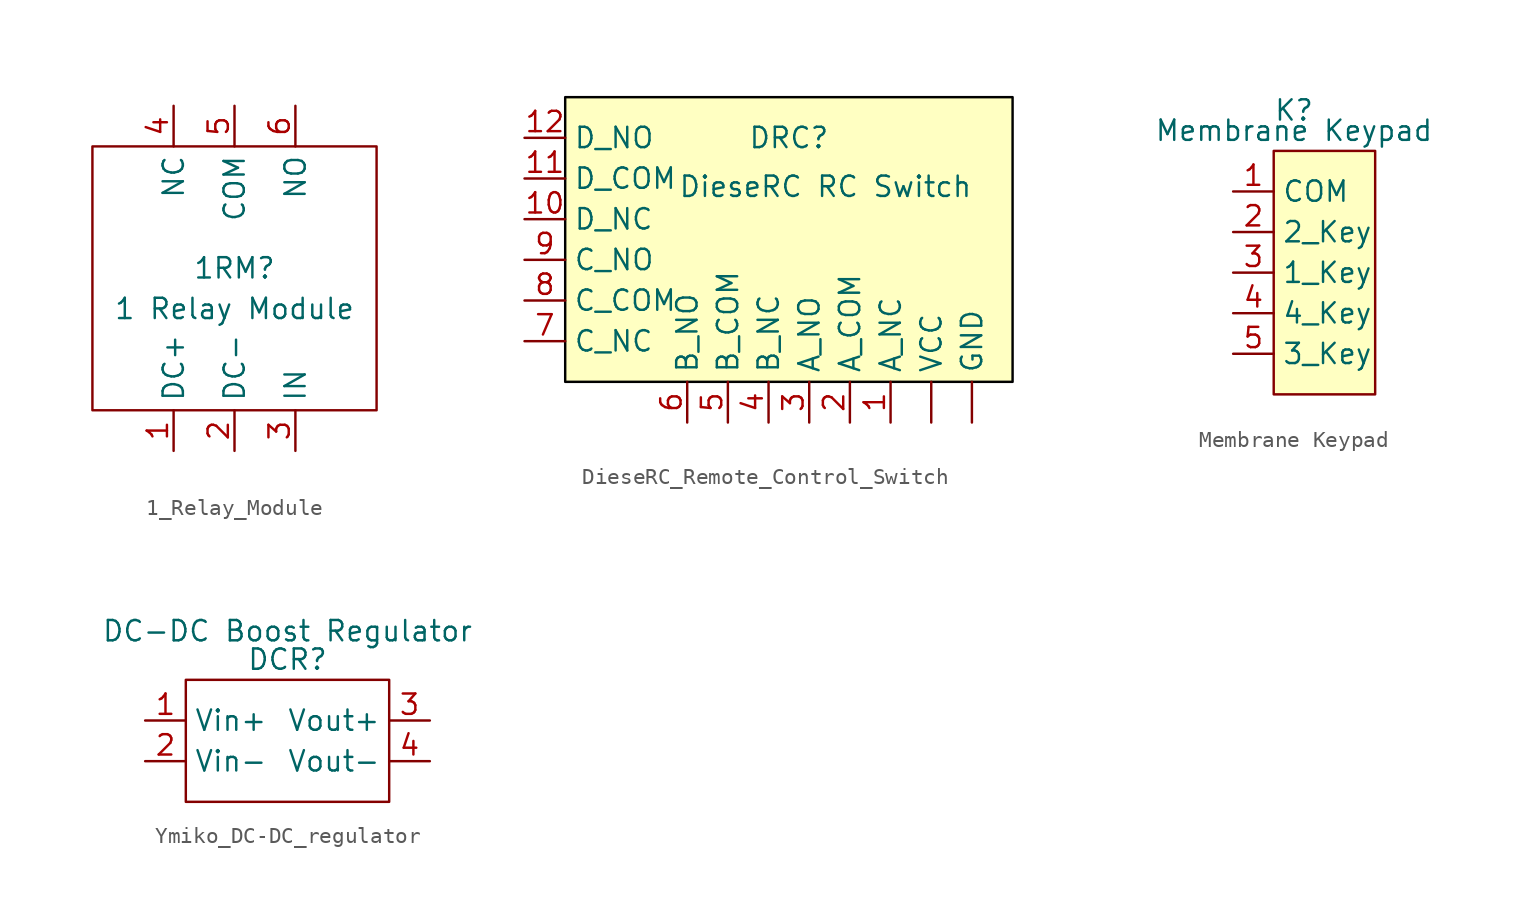
<source format=kicad_sym>
(kicad_symbol_lib
  (version 20231120)
  (generator "kicad_symbol_editor")
  (generator_version "8.0")
  (symbol "1_Relay_Module"
    (property "Reference" "1RM"
      (at 0 0 0)
      (effects (font (size 1.27 1.27))))
    (property "Value" "1 Relay Module"
      (at 0 -2.54 0)
      (effects (font (size 1.27 1.27))))
    (symbol "1_Relay_Module_0_1"
      (rectangle (start -8.89 7.62) (end 8.89 -8.89) (stroke (width 0) (type default)) (fill (type none))))
    (symbol "1_Relay_Module_1_1"
      (pin power_in line (at -3.81 -11.43 90) (length 2.54) (name "DC+" (effects (font (size 1.27 1.27)))) (number "1" (effects (font (size 1.27 1.27)))))
      (pin power_in line (at 0 -11.43 90) (length 2.54) (name "DC-" (effects (font (size 1.27 1.27)))) (number "2" (effects (font (size 1.27 1.27)))))
      (pin input line (at 3.81 -11.43 90) (length 2.54) (name "IN" (effects (font (size 1.27 1.27)))) (number "3" (effects (font (size 1.27 1.27)))))
      (pin passive line (at -3.81 10.16 270) (length 2.54) (name "NC" (effects (font (size 1.27 1.27)))) (number "4" (effects (font (size 1.27 1.27)))))
      (pin passive line (at 0 10.16 270) (length 2.54) (name "COM" (effects (font (size 1.27 1.27)))) (number "5" (effects (font (size 1.27 1.27)))))
      (pin passive line (at 3.81 10.16 270) (length 2.54) (name "NO" (effects (font (size 1.27 1.27)))) (number "6" (effects (font (size 1.27 1.27)))))))
  (symbol "DieseRC_Remote_Control_Switch"
    (property "Reference" "DRC"
      (at 0 0 0)
      (effects (font (size 1.27 1.27))))
    (property "Value" "DieseRC RC Switch"
      (at 2.286 -3.048 0)
      (effects (font (size 1.27 1.27))))
    (symbol "DieseRC_Remote_Control_Switch_1_1"
      (rectangle (start -13.97 2.54) (end 13.97 -15.24) (stroke (width 0) (type default) (color 0 0 0 1)) (fill (type background)))
      (pin power_in line (at 11.43 -17.78 90) (length 2.54) (name "GND" (effects (font (size 1.27 1.27)))) (number "" (effects (font (size 1.27 1.27)))))
      (pin power_in line (at 8.89 -17.78 90) (length 2.54) (name "VCC" (effects (font (size 1.27 1.27)))) (number "" (effects (font (size 1.27 1.27)))))
      (pin passive line (at 6.35 -17.78 90) (length 2.54) (name "A_NC" (effects (font (size 1.27 1.27)))) (number "1" (effects (font (size 1.27 1.27)))))
      (pin passive line (at -16.51 -5.08 0) (length 2.54) (name "D_NC" (effects (font (size 1.27 1.27)))) (number "10" (effects (font (size 1.27 1.27)))))
      (pin passive line (at -16.51 -2.54 0) (length 2.54) (name "D_COM" (effects (font (size 1.27 1.27)))) (number "11" (effects (font (size 1.27 1.27)))))
      (pin passive line (at -16.51 0 0) (length 2.54) (name "D_NO" (effects (font (size 1.27 1.27)))) (number "12" (effects (font (size 1.27 1.27)))))
      (pin passive line (at 3.81 -17.78 90) (length 2.54) (name "A_COM" (effects (font (size 1.27 1.27)))) (number "2" (effects (font (size 1.27 1.27)))))
      (pin passive line (at 1.27 -17.78 90) (length 2.54) (name "A_NO" (effects (font (size 1.27 1.27)))) (number "3" (effects (font (size 1.27 1.27)))))
      (pin passive line (at -1.27 -17.78 90) (length 2.54) (name "B_NC" (effects (font (size 1.27 1.27)))) (number "4" (effects (font (size 1.27 1.27)))))
      (pin passive line (at -3.81 -17.78 90) (length 2.54) (name "B_COM" (effects (font (size 1.27 1.27)))) (number "5" (effects (font (size 1.27 1.27)))))
      (pin passive line (at -6.35 -17.78 90) (length 2.54) (name "B_NO" (effects (font (size 1.27 1.27)))) (number "6" (effects (font (size 1.27 1.27)))))
      (pin passive line (at -16.51 -12.7 0) (length 2.54) (name "C_NC" (effects (font (size 1.27 1.27)))) (number "7" (effects (font (size 1.27 1.27)))))
      (pin passive line (at -16.51 -10.16 0) (length 2.54) (name "C_COM" (effects (font (size 1.27 1.27)))) (number "8" (effects (font (size 1.27 1.27)))))
      (pin passive line (at -16.51 -7.62 0) (length 2.54) (name "C_NO" (effects (font (size 1.27 1.27)))) (number "9" (effects (font (size 1.27 1.27)))))))
  (symbol "Membrane Keypad"
    (property "Reference" "K"
      (at 0 0 0)
      (effects (font (size 1.27 1.27))))
    (property "Value" "Membrane Keypad"
      (at 0 -1.27 0)
      (effects (font (size 1.27 1.27))))
    (symbol "Membrane Keypad_1_1"
      (rectangle (start -1.27 -2.54) (end 5.08 -17.78) (stroke (width 0) (type default)) (fill (type background)))
      (pin passive line (at -3.81 -5.08 0) (length 2.54) (name "COM" (effects (font (size 1.27 1.27)))) (number "1" (effects (font (size 1.27 1.27)))))
      (pin passive line (at -3.81 -7.62 0) (length 2.54) (name "2_Key" (effects (font (size 1.27 1.27)))) (number "2" (effects (font (size 1.27 1.27)))))
      (pin passive line (at -3.81 -10.16 0) (length 2.54) (name "1_Key" (effects (font (size 1.27 1.27)))) (number "3" (effects (font (size 1.27 1.27)))))
      (pin passive line (at -3.81 -12.7 0) (length 2.54) (name "4_Key" (effects (font (size 1.27 1.27)))) (number "4" (effects (font (size 1.27 1.27)))))
      (pin passive line (at -3.81 -15.24 0) (length 2.54) (name "3_Key" (effects (font (size 1.27 1.27)))) (number "5" (effects (font (size 1.27 1.27)))))))
  (symbol "Ymiko_DC-DC_regulator"
    (property "Reference" "DCR"
      (at 0 0 0)
      (effects (font (size 1.27 1.27))))
    (property "Value" "DC-DC Boost Regulator"
      (at 0 1.778 0)
      (effects (font (size 1.27 1.27))))
    (symbol "Ymiko_DC-DC_regulator_0_1"
      (rectangle (start -6.35 -1.27) (end 6.35 -8.89) (stroke (width 0) (type default)) (fill (type none))))
    (symbol "Ymiko_DC-DC_regulator_1_1"
      (pin power_in line (at -8.89 -3.81 0) (length 2.54) (name "Vin+" (effects (font (size 1.27 1.27)))) (number "1" (effects (font (size 1.27 1.27)))))
      (pin power_in line (at -8.89 -6.35 0) (length 2.54) (name "Vin-" (effects (font (size 1.27 1.27)))) (number "2" (effects (font (size 1.27 1.27)))))
      (pin power_out line (at 8.89 -3.81 180) (length 2.54) (name "Vout+" (effects (font (size 1.27 1.27)))) (number "3" (effects (font (size 1.27 1.27)))))
      (pin power_out line (at 8.89 -6.35 180) (length 2.54) (name "Vout-" (effects (font (size 1.27 1.27)))) (number "4" (effects (font (size 1.27 1.27))))))))
</source>
